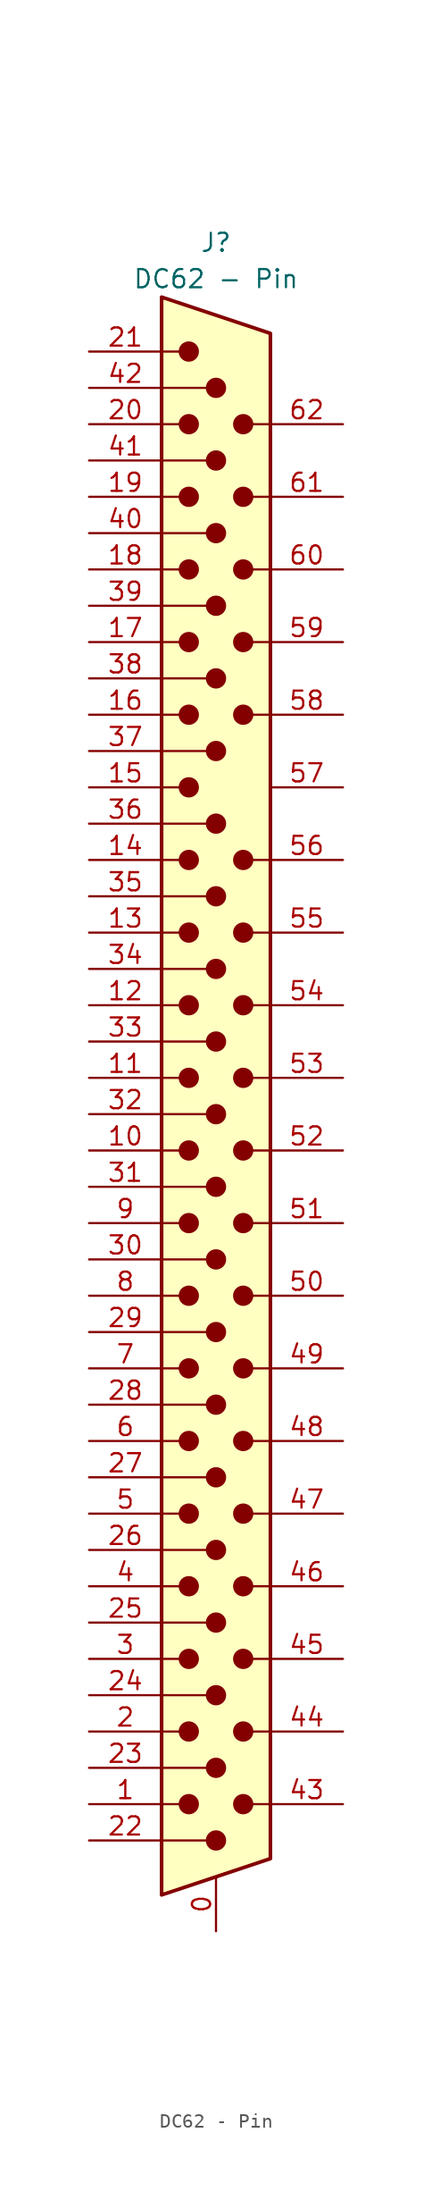
<source format=kicad_sym>
(kicad_symbol_lib
  (version 20220914)
  (generator kicad_symbol_editor)
  (symbol "DC62 - Pin"
    (pin_names
      (offset 1.016) hide)
    (property "Reference" "J"
      (at 0 39.37 0)
      (effects (font (size 1.27 1.27))))
    (property "Value" "DC62 - Pin"
      (at 0 36.83 0)
      (effects (font (size 1.27 1.27))))
    (symbol "DC62 - Pin_0_1"
      (circle (center -1.905 -69.85) (radius 0.635) (stroke (width 0) (type default)) (fill (type outline)))
      (circle (center -1.905 -64.77) (radius 0.635) (stroke (width 0) (type default)) (fill (type outline)))
      (circle (center -1.905 -59.69) (radius 0.635) (stroke (width 0) (type default)) (fill (type outline)))
      (circle (center -1.905 -54.61) (radius 0.635) (stroke (width 0) (type default)) (fill (type outline)))
      (circle (center -1.905 -49.53) (radius 0.635) (stroke (width 0) (type default)) (fill (type outline)))
      (circle (center -1.905 -44.45) (radius 0.635) (stroke (width 0) (type default)) (fill (type outline)))
      (circle (center -1.905 -39.37) (radius 0.635) (stroke (width 0) (type default)) (fill (type outline)))
      (circle (center -1.905 -34.29) (radius 0.635) (stroke (width 0) (type default)) (fill (type outline)))
      (circle (center -1.905 -29.21) (radius 0.635) (stroke (width 0) (type default)) (fill (type outline)))
      (circle (center -1.905 -24.13) (radius 0.635) (stroke (width 0) (type default)) (fill (type outline)))
      (circle (center -1.905 -19.05) (radius 0.635) (stroke (width 0) (type default)) (fill (type outline)))
      (circle (center -1.905 -13.97) (radius 0.635) (stroke (width 0) (type default)) (fill (type outline)))
      (circle (center -1.905 -8.89) (radius 0.635) (stroke (width 0) (type default)) (fill (type outline)))
      (circle (center -1.905 -3.81) (radius 0.635) (stroke (width 0) (type default)) (fill (type outline)))
      (circle (center -1.905 1.27) (radius 0.635) (stroke (width 0) (type default)) (fill (type outline)))
      (circle (center -1.905 6.35) (radius 0.635) (stroke (width 0) (type default)) (fill (type outline)))
      (circle (center -1.905 11.43) (radius 0.635) (stroke (width 0) (type default)) (fill (type outline)))
      (circle (center -1.905 16.51) (radius 0.635) (stroke (width 0) (type default)) (fill (type outline)))
      (circle (center -1.905 21.59) (radius 0.635) (stroke (width 0) (type default)) (fill (type outline)))
      (circle (center -1.905 26.67) (radius 0.635) (stroke (width 0) (type default)) (fill (type outline)))
      (circle (center -1.905 31.75) (radius 0.635) (stroke (width 0) (type default)) (fill (type outline)))
      (circle (center 0 -72.39) (radius 0.635) (stroke (width 0) (type default)) (fill (type outline)))
      (circle (center 0 -67.31) (radius 0.635) (stroke (width 0) (type default)) (fill (type outline)))
      (circle (center 0 -62.23) (radius 0.635) (stroke (width 0) (type default)) (fill (type outline)))
      (circle (center 0 -57.15) (radius 0.635) (stroke (width 0) (type default)) (fill (type outline)))
      (circle (center 0 -52.07) (radius 0.635) (stroke (width 0) (type default)) (fill (type outline)))
      (circle (center 0 -46.99) (radius 0.635) (stroke (width 0) (type default)) (fill (type outline)))
      (circle (center 0 -41.91) (radius 0.635) (stroke (width 0) (type default)) (fill (type outline)))
      (circle (center 0 -36.83) (radius 0.635) (stroke (width 0) (type default)) (fill (type outline)))
      (circle (center 0 -31.75) (radius 0.635) (stroke (width 0) (type default)) (fill (type outline)))
      (circle (center 0 -26.67) (radius 0.635) (stroke (width 0) (type default)) (fill (type outline)))
      (circle (center 0 -21.59) (radius 0.635) (stroke (width 0) (type default)) (fill (type outline)))
      (circle (center 0 -16.51) (radius 0.635) (stroke (width 0) (type default)) (fill (type outline)))
      (circle (center 0 -11.43) (radius 0.635) (stroke (width 0) (type default)) (fill (type outline)))
      (circle (center 0 -6.35) (radius 0.635) (stroke (width 0) (type default)) (fill (type outline)))
      (circle (center 0 -1.27) (radius 0.635) (stroke (width 0) (type default)) (fill (type outline)))
      (polyline (pts (xy -2.54 -69.85) (xy -3.81 -69.85)) (stroke (width 0) (type default)) (fill (type none)))
      (polyline (pts (xy -2.54 -64.77) (xy -3.81 -64.77)) (stroke (width 0) (type default)) (fill (type none)))
      (polyline (pts (xy -2.54 -59.69) (xy -3.81 -59.69)) (stroke (width 0) (type default)) (fill (type none)))
      (polyline (pts (xy -2.54 -54.61) (xy -3.81 -54.61)) (stroke (width 0) (type default)) (fill (type none)))
      (polyline (pts (xy -2.54 -49.53) (xy -3.81 -49.53)) (stroke (width 0) (type default)) (fill (type none)))
      (polyline (pts (xy -2.54 -44.45) (xy -3.81 -44.45)) (stroke (width 0) (type default)) (fill (type none)))
      (polyline (pts (xy -2.54 -39.37) (xy -3.81 -39.37)) (stroke (width 0) (type default)) (fill (type none)))
      (polyline (pts (xy -2.54 -34.29) (xy -3.81 -34.29)) (stroke (width 0) (type default)) (fill (type none)))
      (polyline (pts (xy -2.54 -29.21) (xy -3.81 -29.21)) (stroke (width 0) (type default)) (fill (type none)))
      (polyline (pts (xy -2.54 -24.13) (xy -3.81 -24.13)) (stroke (width 0) (type default)) (fill (type none)))
      (polyline (pts (xy -2.54 -19.05) (xy -3.81 -19.05)) (stroke (width 0) (type default)) (fill (type none)))
      (polyline (pts (xy -2.54 -13.97) (xy -3.81 -13.97)) (stroke (width 0) (type default)) (fill (type none)))
      (polyline (pts (xy -2.54 -8.89) (xy -3.81 -8.89)) (stroke (width 0) (type default)) (fill (type none)))
      (polyline (pts (xy -2.54 -3.81) (xy -3.81 -3.81)) (stroke (width 0) (type default)) (fill (type none)))
      (polyline (pts (xy -2.54 1.27) (xy -3.81 1.27)) (stroke (width 0) (type default)) (fill (type none)))
      (polyline (pts (xy -2.54 6.35) (xy -3.81 6.35)) (stroke (width 0) (type default)) (fill (type none)))
      (polyline (pts (xy -2.54 11.43) (xy -3.81 11.43)) (stroke (width 0) (type default)) (fill (type none)))
      (polyline (pts (xy -2.54 16.51) (xy -3.81 16.51)) (stroke (width 0) (type default)) (fill (type none)))
      (polyline (pts (xy -2.54 21.59) (xy -3.81 21.59)) (stroke (width 0) (type default)) (fill (type none)))
      (polyline (pts (xy -2.54 26.67) (xy -3.81 26.67)) (stroke (width 0) (type default)) (fill (type none)))
      (polyline (pts (xy -2.54 31.75) (xy -3.81 31.75)) (stroke (width 0) (type default)) (fill (type none)))
      (polyline (pts (xy 0 -72.39) (xy -3.81 -72.39)) (stroke (width 0) (type default)) (fill (type none)))
      (polyline (pts (xy 0 -67.31) (xy -3.81 -67.31)) (stroke (width 0) (type default)) (fill (type none)))
      (polyline (pts (xy 0 -62.23) (xy -3.81 -62.23)) (stroke (width 0) (type default)) (fill (type none)))
      (polyline (pts (xy 0 -57.15) (xy -3.81 -57.15)) (stroke (width 0) (type default)) (fill (type none)))
      (polyline (pts (xy 0 -52.07) (xy -3.81 -52.07)) (stroke (width 0) (type default)) (fill (type none)))
      (polyline (pts (xy 0 -46.99) (xy -3.81 -46.99)) (stroke (width 0) (type default)) (fill (type none)))
      (polyline (pts (xy 0 -41.91) (xy -3.81 -41.91)) (stroke (width 0) (type default)) (fill (type none)))
      (polyline (pts (xy 0 -36.83) (xy -3.81 -36.83)) (stroke (width 0) (type default)) (fill (type none)))
      (polyline (pts (xy 0 -31.75) (xy -3.81 -31.75)) (stroke (width 0) (type default)) (fill (type none)))
      (polyline (pts (xy 0 -26.67) (xy -3.81 -26.67)) (stroke (width 0) (type default)) (fill (type none)))
      (polyline (pts (xy 0 -21.59) (xy -3.81 -21.59)) (stroke (width 0) (type default)) (fill (type none)))
      (polyline (pts (xy 0 -16.51) (xy -3.81 -16.51)) (stroke (width 0) (type default)) (fill (type none)))
      (polyline (pts (xy 0 -11.43) (xy -3.81 -11.43)) (stroke (width 0) (type default)) (fill (type none)))
      (polyline (pts (xy 0 -6.35) (xy -3.81 -6.35)) (stroke (width 0) (type default)) (fill (type none)))
      (polyline (pts (xy 0 -1.27) (xy -3.81 -1.27)) (stroke (width 0) (type default)) (fill (type none)))
      (polyline (pts (xy 0 3.81) (xy -3.81 3.81)) (stroke (width 0) (type default)) (fill (type none)))
      (polyline (pts (xy 0 8.89) (xy -3.81 8.89)) (stroke (width 0) (type default)) (fill (type none)))
      (polyline (pts (xy 0 13.97) (xy -3.81 13.97)) (stroke (width 0) (type default)) (fill (type none)))
      (polyline (pts (xy 0 19.05) (xy -3.81 19.05)) (stroke (width 0) (type default)) (fill (type none)))
      (polyline (pts (xy 0 24.13) (xy -3.81 24.13)) (stroke (width 0) (type default)) (fill (type none)))
      (polyline (pts (xy 0 29.21) (xy -3.81 29.21)) (stroke (width 0) (type default)) (fill (type none)))
      (polyline (pts (xy 3.81 -69.85) (xy 2.54 -69.85)) (stroke (width 0) (type default)) (fill (type none)))
      (polyline (pts (xy 3.81 -64.77) (xy 2.54 -64.77)) (stroke (width 0) (type default)) (fill (type none)))
      (polyline (pts (xy 3.81 -59.69) (xy 2.54 -59.69)) (stroke (width 0) (type default)) (fill (type none)))
      (polyline (pts (xy 3.81 -54.61) (xy 2.54 -54.61)) (stroke (width 0) (type default)) (fill (type none)))
      (polyline (pts (xy 3.81 -49.53) (xy 2.54 -49.53)) (stroke (width 0) (type default)) (fill (type none)))
      (polyline (pts (xy 3.81 -44.45) (xy 2.54 -44.45)) (stroke (width 0) (type default)) (fill (type none)))
      (polyline (pts (xy 3.81 -39.37) (xy 2.54 -39.37)) (stroke (width 0) (type default)) (fill (type none)))
      (polyline (pts (xy 3.81 -34.29) (xy 2.54 -34.29)) (stroke (width 0) (type default)) (fill (type none)))
      (polyline (pts (xy 3.81 -29.21) (xy 2.54 -29.21)) (stroke (width 0) (type default)) (fill (type none)))
      (polyline (pts (xy 3.81 -24.13) (xy 2.54 -24.13)) (stroke (width 0) (type default)) (fill (type none)))
      (polyline (pts (xy 3.81 -19.05) (xy 2.54 -19.05)) (stroke (width 0) (type default)) (fill (type none)))
      (polyline (pts (xy 3.81 -13.97) (xy 2.54 -13.97)) (stroke (width 0) (type default)) (fill (type none)))
      (polyline (pts (xy 3.81 -8.89) (xy 2.54 -8.89)) (stroke (width 0) (type default)) (fill (type none)))
      (polyline (pts (xy 3.81 -3.81) (xy 2.54 -3.81)) (stroke (width 0) (type default)) (fill (type none)))
      (polyline (pts (xy 3.81 6.35) (xy 2.54 6.35)) (stroke (width 0) (type default)) (fill (type none)))
      (polyline (pts (xy 3.81 11.43) (xy 2.54 11.43)) (stroke (width 0) (type default)) (fill (type none)))
      (polyline (pts (xy 3.81 16.51) (xy 2.54 16.51)) (stroke (width 0) (type default)) (fill (type none)))
      (polyline (pts (xy 3.81 21.59) (xy 2.54 21.59)) (stroke (width 0) (type default)) (fill (type none)))
      (polyline (pts (xy 3.81 26.67) (xy 2.54 26.67)) (stroke (width 0) (type default)) (fill (type none)))
      (polyline (pts (xy -3.81 35.56) (xy -3.81 -76.2) (xy 3.81 -73.66) (xy 3.81 33.02) (xy -3.81 35.56)) (stroke (width 0.254) (type default)) (fill (type background)))
      (circle (center 0 3.81) (radius 0.635) (stroke (width 0) (type default)) (fill (type outline)))
      (circle (center 0 8.89) (radius 0.635) (stroke (width 0) (type default)) (fill (type outline)))
      (circle (center 0 13.97) (radius 0.635) (stroke (width 0) (type default)) (fill (type outline)))
      (circle (center 0 19.05) (radius 0.635) (stroke (width 0) (type default)) (fill (type outline)))
      (circle (center 0 24.13) (radius 0.635) (stroke (width 0) (type default)) (fill (type outline)))
      (circle (center 0 29.21) (radius 0.635) (stroke (width 0) (type default)) (fill (type outline)))
      (circle (center 1.905 -69.85) (radius 0.635) (stroke (width 0) (type default)) (fill (type outline)))
      (circle (center 1.905 -64.77) (radius 0.635) (stroke (width 0) (type default)) (fill (type outline)))
      (circle (center 1.905 -59.69) (radius 0.635) (stroke (width 0) (type default)) (fill (type outline)))
      (circle (center 1.905 -54.61) (radius 0.635) (stroke (width 0) (type default)) (fill (type outline)))
      (circle (center 1.905 -49.53) (radius 0.635) (stroke (width 0) (type default)) (fill (type outline)))
      (circle (center 1.905 -44.45) (radius 0.635) (stroke (width 0) (type default)) (fill (type outline)))
      (circle (center 1.905 -39.37) (radius 0.635) (stroke (width 0) (type default)) (fill (type outline)))
      (circle (center 1.905 -34.29) (radius 0.635) (stroke (width 0) (type default)) (fill (type outline)))
      (circle (center 1.905 -29.21) (radius 0.635) (stroke (width 0) (type default)) (fill (type outline)))
      (circle (center 1.905 -24.13) (radius 0.635) (stroke (width 0) (type default)) (fill (type outline)))
      (circle (center 1.905 -19.05) (radius 0.635) (stroke (width 0) (type default)) (fill (type outline)))
      (circle (center 1.905 -13.97) (radius 0.635) (stroke (width 0) (type default)) (fill (type outline)))
      (circle (center 1.905 -8.89) (radius 0.635) (stroke (width 0) (type default)) (fill (type outline)))
      (circle (center 1.905 -3.81) (radius 0.635) (stroke (width 0) (type default)) (fill (type outline)))
      (circle (center 1.905 6.35) (radius 0.635) (stroke (width 0) (type default)) (fill (type outline)))
      (circle (center 1.905 11.43) (radius 0.635) (stroke (width 0) (type default)) (fill (type outline)))
      (circle (center 1.905 16.51) (radius 0.635) (stroke (width 0) (type default)) (fill (type outline)))
      (circle (center 1.905 21.59) (radius 0.635) (stroke (width 0) (type default)) (fill (type outline)))
      (circle (center 1.905 26.67) (radius 0.635) (stroke (width 0) (type default)) (fill (type outline))))
    (symbol "DC62 - Pin_1_1"
      (pin passive line (at 0 -78.74 90) (length 3.81) (name "0" (effects (font (size 1.27 1.27)))) (number "0" (effects (font (size 1.27 1.27)))))
      (pin passive line (at -8.89 -69.85 0) (length 5.08) (name "1" (effects (font (size 1.27 1.27)))) (number "1" (effects (font (size 1.27 1.27)))))
      (pin passive line (at -8.89 -24.13 0) (length 5.08) (name "10" (effects (font (size 1.27 1.27)))) (number "10" (effects (font (size 1.27 1.27)))))
      (pin passive line (at -8.89 -19.05 0) (length 5.08) (name "11" (effects (font (size 1.27 1.27)))) (number "11" (effects (font (size 1.27 1.27)))))
      (pin passive line (at -8.89 -13.97 0) (length 5.08) (name "12" (effects (font (size 1.27 1.27)))) (number "12" (effects (font (size 1.27 1.27)))))
      (pin passive line (at -8.89 -8.89 0) (length 5.08) (name "13" (effects (font (size 1.27 1.27)))) (number "13" (effects (font (size 1.27 1.27)))))
      (pin passive line (at -8.89 -3.81 0) (length 5.08) (name "14" (effects (font (size 1.27 1.27)))) (number "14" (effects (font (size 1.27 1.27)))))
      (pin passive line (at -8.89 1.27 0) (length 5.08) (name "15" (effects (font (size 1.27 1.27)))) (number "15" (effects (font (size 1.27 1.27)))))
      (pin passive line (at -8.89 6.35 0) (length 5.08) (name "16" (effects (font (size 1.27 1.27)))) (number "16" (effects (font (size 1.27 1.27)))))
      (pin passive line (at -8.89 11.43 0) (length 5.08) (name "17" (effects (font (size 1.27 1.27)))) (number "17" (effects (font (size 1.27 1.27)))))
      (pin passive line (at -8.89 16.51 0) (length 5.08) (name "18" (effects (font (size 1.27 1.27)))) (number "18" (effects (font (size 1.27 1.27)))))
      (pin passive line (at -8.89 21.59 0) (length 5.08) (name "19" (effects (font (size 1.27 1.27)))) (number "19" (effects (font (size 1.27 1.27)))))
      (pin passive line (at -8.89 -64.77 0) (length 5.08) (name "2" (effects (font (size 1.27 1.27)))) (number "2" (effects (font (size 1.27 1.27)))))
      (pin passive line (at -8.89 26.67 0) (length 5.08) (name "20" (effects (font (size 1.27 1.27)))) (number "20" (effects (font (size 1.27 1.27)))))
      (pin passive line (at -8.89 31.75 0) (length 5.08) (name "21" (effects (font (size 1.27 1.27)))) (number "21" (effects (font (size 1.27 1.27)))))
      (pin passive line (at -8.89 -72.39 0) (length 5.08) (name "22" (effects (font (size 1.27 1.27)))) (number "22" (effects (font (size 1.27 1.27)))))
      (pin passive line (at -8.89 -67.31 0) (length 5.08) (name "23" (effects (font (size 1.27 1.27)))) (number "23" (effects (font (size 1.27 1.27)))))
      (pin passive line (at -8.89 -62.23 0) (length 5.08) (name "24" (effects (font (size 1.27 1.27)))) (number "24" (effects (font (size 1.27 1.27)))))
      (pin passive line (at -8.89 -57.15 0) (length 5.08) (name "25" (effects (font (size 1.27 1.27)))) (number "25" (effects (font (size 1.27 1.27)))))
      (pin passive line (at -8.89 -52.07 0) (length 5.08) (name "26" (effects (font (size 1.27 1.27)))) (number "26" (effects (font (size 1.27 1.27)))))
      (pin passive line (at -8.89 -46.99 0) (length 5.08) (name "27" (effects (font (size 1.27 1.27)))) (number "27" (effects (font (size 1.27 1.27)))))
      (pin passive line (at -8.89 -41.91 0) (length 5.08) (name "28" (effects (font (size 1.27 1.27)))) (number "28" (effects (font (size 1.27 1.27)))))
      (pin passive line (at -8.89 -36.83 0) (length 5.08) (name "29" (effects (font (size 1.27 1.27)))) (number "29" (effects (font (size 1.27 1.27)))))
      (pin passive line (at -8.89 -59.69 0) (length 5.08) (name "3" (effects (font (size 1.27 1.27)))) (number "3" (effects (font (size 1.27 1.27)))))
      (pin passive line (at -8.89 -31.75 0) (length 5.08) (name "30" (effects (font (size 1.27 1.27)))) (number "30" (effects (font (size 1.27 1.27)))))
      (pin passive line (at -8.89 -26.67 0) (length 5.08) (name "31" (effects (font (size 1.27 1.27)))) (number "31" (effects (font (size 1.27 1.27)))))
      (pin passive line (at -8.89 -21.59 0) (length 5.08) (name "32" (effects (font (size 1.27 1.27)))) (number "32" (effects (font (size 1.27 1.27)))))
      (pin passive line (at -8.89 -16.51 0) (length 5.08) (name "33" (effects (font (size 1.27 1.27)))) (number "33" (effects (font (size 1.27 1.27)))))
      (pin passive line (at -8.89 -11.43 0) (length 5.08) (name "34" (effects (font (size 1.27 1.27)))) (number "34" (effects (font (size 1.27 1.27)))))
      (pin passive line (at -8.89 -6.35 0) (length 5.08) (name "35" (effects (font (size 1.27 1.27)))) (number "35" (effects (font (size 1.27 1.27)))))
      (pin passive line (at -8.89 -1.27 0) (length 5.08) (name "36" (effects (font (size 1.27 1.27)))) (number "36" (effects (font (size 1.27 1.27)))))
      (pin passive line (at -8.89 3.81 0) (length 5.08) (name "37" (effects (font (size 1.27 1.27)))) (number "37" (effects (font (size 1.27 1.27)))))
      (pin passive line (at -8.89 8.89 0) (length 5.08) (name "38" (effects (font (size 1.27 1.27)))) (number "38" (effects (font (size 1.27 1.27)))))
      (pin passive line (at -8.89 13.97 0) (length 5.08) (name "39" (effects (font (size 1.27 1.27)))) (number "39" (effects (font (size 1.27 1.27)))))
      (pin passive line (at -8.89 -54.61 0) (length 5.08) (name "4" (effects (font (size 1.27 1.27)))) (number "4" (effects (font (size 1.27 1.27)))))
      (pin passive line (at -8.89 19.05 0) (length 5.08) (name "40" (effects (font (size 1.27 1.27)))) (number "40" (effects (font (size 1.27 1.27)))))
      (pin passive line (at -8.89 24.13 0) (length 5.08) (name "41" (effects (font (size 1.27 1.27)))) (number "41" (effects (font (size 1.27 1.27)))))
      (pin passive line (at -8.89 29.21 0) (length 5.08) (name "42" (effects (font (size 1.27 1.27)))) (number "42" (effects (font (size 1.27 1.27)))))
      (pin passive line (at 8.89 -69.85 180) (length 5.08) (name "43" (effects (font (size 1.27 1.27)))) (number "43" (effects (font (size 1.27 1.27)))))
      (pin passive line (at 8.89 -64.77 180) (length 5.08) (name "44" (effects (font (size 1.27 1.27)))) (number "44" (effects (font (size 1.27 1.27)))))
      (pin passive line (at 8.89 -59.69 180) (length 5.08) (name "45" (effects (font (size 1.27 1.27)))) (number "45" (effects (font (size 1.27 1.27)))))
      (pin passive line (at 8.89 -54.61 180) (length 5.08) (name "46" (effects (font (size 1.27 1.27)))) (number "46" (effects (font (size 1.27 1.27)))))
      (pin passive line (at 8.89 -49.53 180) (length 5.08) (name "47" (effects (font (size 1.27 1.27)))) (number "47" (effects (font (size 1.27 1.27)))))
      (pin passive line (at 8.89 -44.45 180) (length 5.08) (name "48" (effects (font (size 1.27 1.27)))) (number "48" (effects (font (size 1.27 1.27)))))
      (pin passive line (at 8.89 -39.37 180) (length 5.08) (name "49" (effects (font (size 1.27 1.27)))) (number "49" (effects (font (size 1.27 1.27)))))
      (pin passive line (at -8.89 -49.53 0) (length 5.08) (name "5" (effects (font (size 1.27 1.27)))) (number "5" (effects (font (size 1.27 1.27)))))
      (pin passive line (at 8.89 -34.29 180) (length 5.08) (name "50" (effects (font (size 1.27 1.27)))) (number "50" (effects (font (size 1.27 1.27)))))
      (pin passive line (at 8.89 -29.21 180) (length 5.08) (name "51" (effects (font (size 1.27 1.27)))) (number "51" (effects (font (size 1.27 1.27)))))
      (pin passive line (at 8.89 -24.13 180) (length 5.08) (name "52" (effects (font (size 1.27 1.27)))) (number "52" (effects (font (size 1.27 1.27)))))
      (pin passive line (at 8.89 -19.05 180) (length 5.08) (name "53" (effects (font (size 1.27 1.27)))) (number "53" (effects (font (size 1.27 1.27)))))
      (pin passive line (at 8.89 -13.97 180) (length 5.08) (name "54" (effects (font (size 1.27 1.27)))) (number "54" (effects (font (size 1.27 1.27)))))
      (pin passive line (at 8.89 -8.89 180) (length 5.08) (name "55" (effects (font (size 1.27 1.27)))) (number "55" (effects (font (size 1.27 1.27)))))
      (pin passive line (at 8.89 -3.81 180) (length 5.08) (name "56" (effects (font (size 1.27 1.27)))) (number "56" (effects (font (size 1.27 1.27)))))
      (pin passive line (at 8.89 1.27 180) (length 5.08) (name "57" (effects (font (size 1.27 1.27)))) (number "57" (effects (font (size 1.27 1.27)))))
      (pin passive line (at 8.89 6.35 180) (length 5.08) (name "58" (effects (font (size 1.27 1.27)))) (number "58" (effects (font (size 1.27 1.27)))))
      (pin passive line (at 8.89 11.43 180) (length 5.08) (name "59" (effects (font (size 1.27 1.27)))) (number "59" (effects (font (size 1.27 1.27)))))
      (pin passive line (at -8.89 -44.45 0) (length 5.08) (name "6" (effects (font (size 1.27 1.27)))) (number "6" (effects (font (size 1.27 1.27)))))
      (pin passive line (at 8.89 16.51 180) (length 5.08) (name "60" (effects (font (size 1.27 1.27)))) (number "60" (effects (font (size 1.27 1.27)))))
      (pin passive line (at 8.89 21.59 180) (length 5.08) (name "61" (effects (font (size 1.27 1.27)))) (number "61" (effects (font (size 1.27 1.27)))))
      (pin passive line (at 8.89 26.67 180) (length 5.08) (name "62" (effects (font (size 1.27 1.27)))) (number "62" (effects (font (size 1.27 1.27)))))
      (pin passive line (at -8.89 -39.37 0) (length 5.08) (name "7" (effects (font (size 1.27 1.27)))) (number "7" (effects (font (size 1.27 1.27)))))
      (pin passive line (at -8.89 -34.29 0) (length 5.08) (name "8" (effects (font (size 1.27 1.27)))) (number "8" (effects (font (size 1.27 1.27)))))
      (pin passive line (at -8.89 -29.21 0) (length 5.08) (name "9" (effects (font (size 1.27 1.27)))) (number "9" (effects (font (size 1.27 1.27))))))))
</source>
